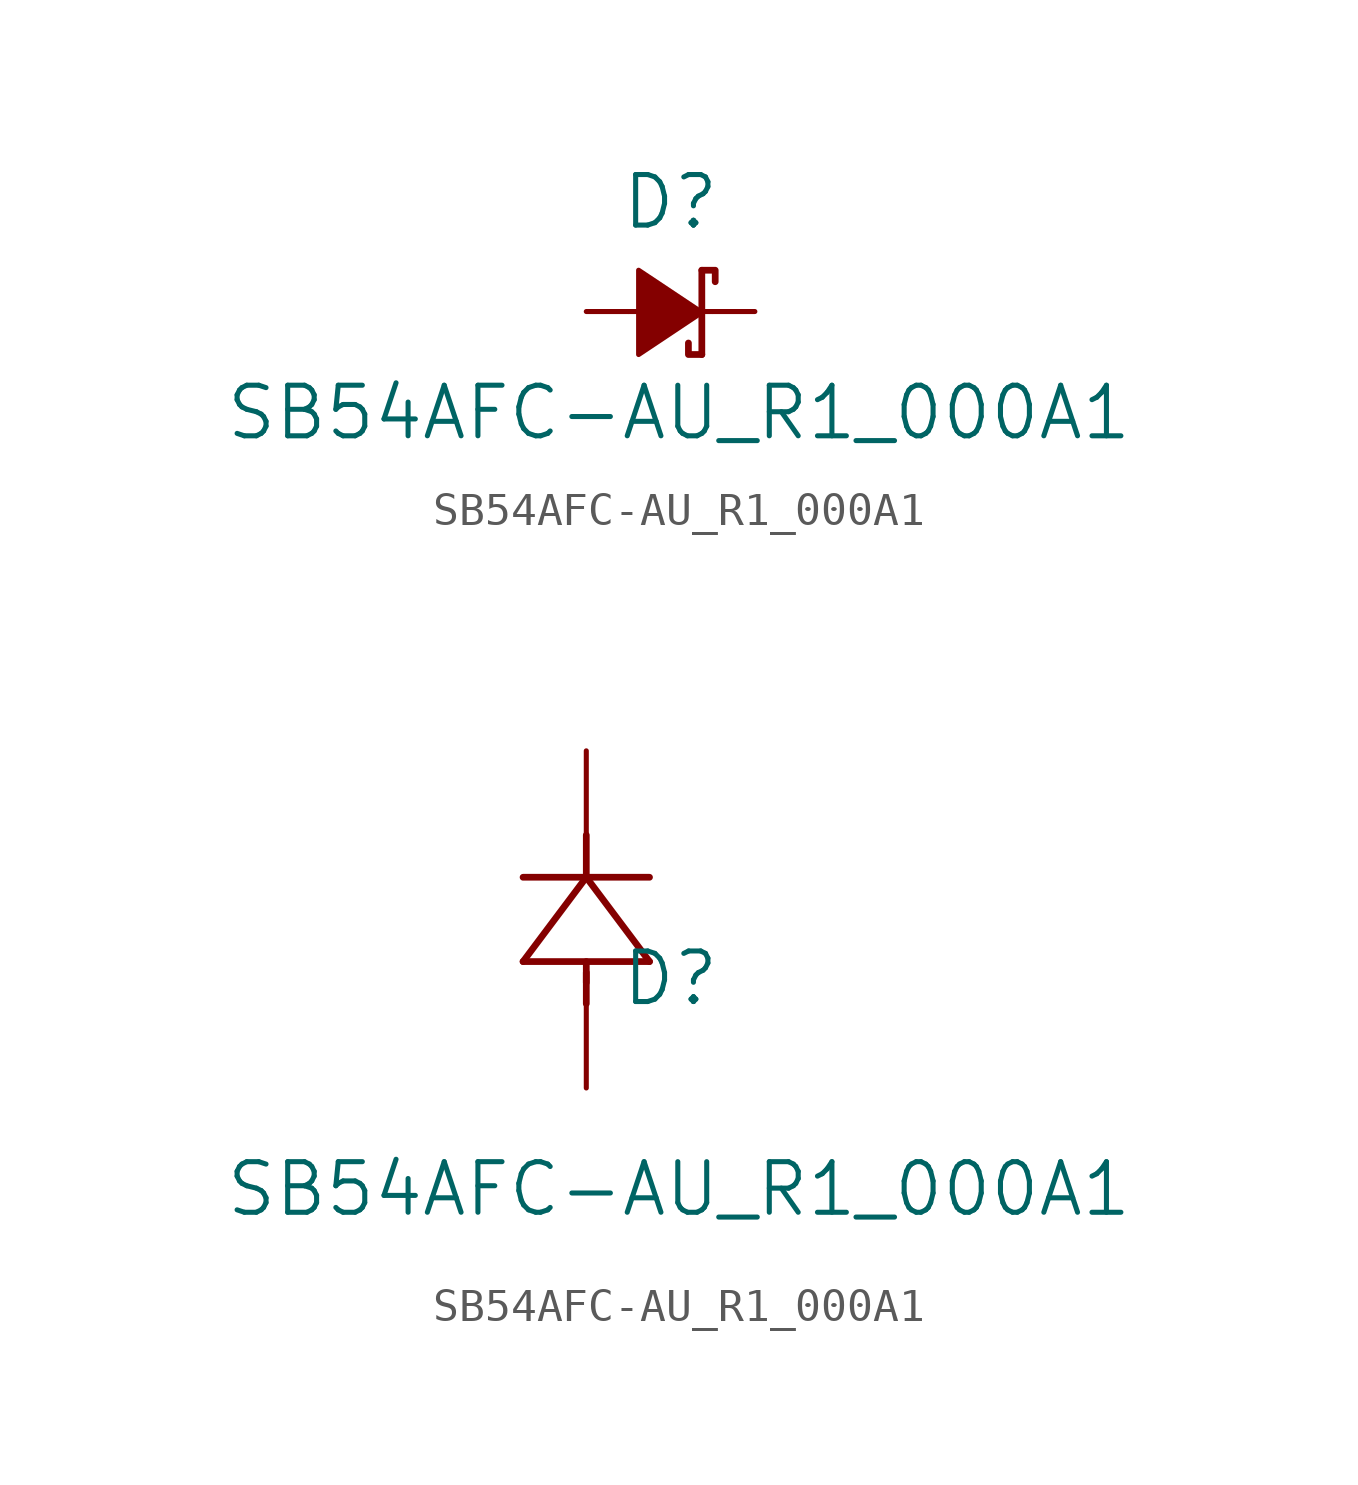
<source format=kicad_sym>
(kicad_symbol_lib
  (version 20231120)
  (generator "kicad_symbol_editor")
  (generator_version "8.0")
  (symbol "SB54AFC-AU_R1_000A1"
    (pin_numbers hide)
    (pin_names
      (offset 0.254) hide)
    (property "Reference" "D"
      (at 2.54 3.302 0)
      (effects (font (size 1.524 1.524))))
    (property "Value" "SB54AFC-AU_R1_000A1"
      (at 2.794 -3.048 0)
      (effects (font (size 1.524 1.524))))
    (symbol "SB54AFC-AU_R1_000A1_0_1"
      (polyline (pts (xy 1.27 0) (xy 3.81 0)) (stroke (width 0) (type default)) (fill (type none)))
      (polyline (pts (xy 3.482 -1.296) (xy 3.482 1.244)) (stroke (width 0.203) (type default)) (fill (type none)))
      (polyline (pts (xy 3.482 -1.296) (xy 3.078 -1.296) (xy 3.078 -0.949)) (stroke (width 0.203) (type default)) (fill (type none)))
      (polyline (pts (xy 3.482 1.244) (xy 3.885 1.245) (xy 3.885 0.898)) (stroke (width 0.203) (type default)) (fill (type none)))
      (polyline (pts (xy 1.577 1.244) (xy 1.577 -1.296) (xy 3.482 -0.026) (xy 1.577 1.244)) (stroke (width 0) (type default)) (fill (type outline))))
    (symbol "SB54AFC-AU_R1_000A1_1_1"
      (pin passive line (at 5.08 0 180) (length 1.27) (name "" (effects (font (size 1.27 1.27)))) (number "1" (effects (font (size 1.27 1.27)))))
      (pin passive line (at 0 0 0) (length 1.27) (name "" (effects (font (size 1.27 1.27)))) (number "2" (effects (font (size 1.27 1.27))))))
    (symbol "SB54AFC-AU_R1_000A1_1_2"
      (polyline (pts (xy -1.905 3.81) (xy 1.905 3.81)) (stroke (width 0.203) (type default)) (fill (type none)))
      (polyline (pts (xy 0 2.54) (xy 0 3.48)) (stroke (width 0.203) (type default)) (fill (type none)))
      (polyline (pts (xy 0 3.175) (xy 0 3.81)) (stroke (width 0.203) (type default)) (fill (type none)))
      (polyline (pts (xy 0 6.35) (xy -1.905 3.81)) (stroke (width 0.203) (type default)) (fill (type none)))
      (polyline (pts (xy 0 6.35) (xy 0 7.62)) (stroke (width 0.203) (type default)) (fill (type none)))
      (polyline (pts (xy 1.905 3.81) (xy 0 6.35)) (stroke (width 0.203) (type default)) (fill (type none)))
      (polyline (pts (xy 1.905 6.35) (xy -1.905 6.35)) (stroke (width 0.203) (type default)) (fill (type none)))
      (pin unspecified line (at 0 10.16 270) (length 2.54) (name "" (effects (font (size 1.27 1.27)))) (number "1" (effects (font (size 1.27 1.27)))))
      (pin unspecified line (at 0 0 90) (length 2.54) (name "" (effects (font (size 1.27 1.27)))) (number "2" (effects (font (size 1.27 1.27))))))))
</source>
